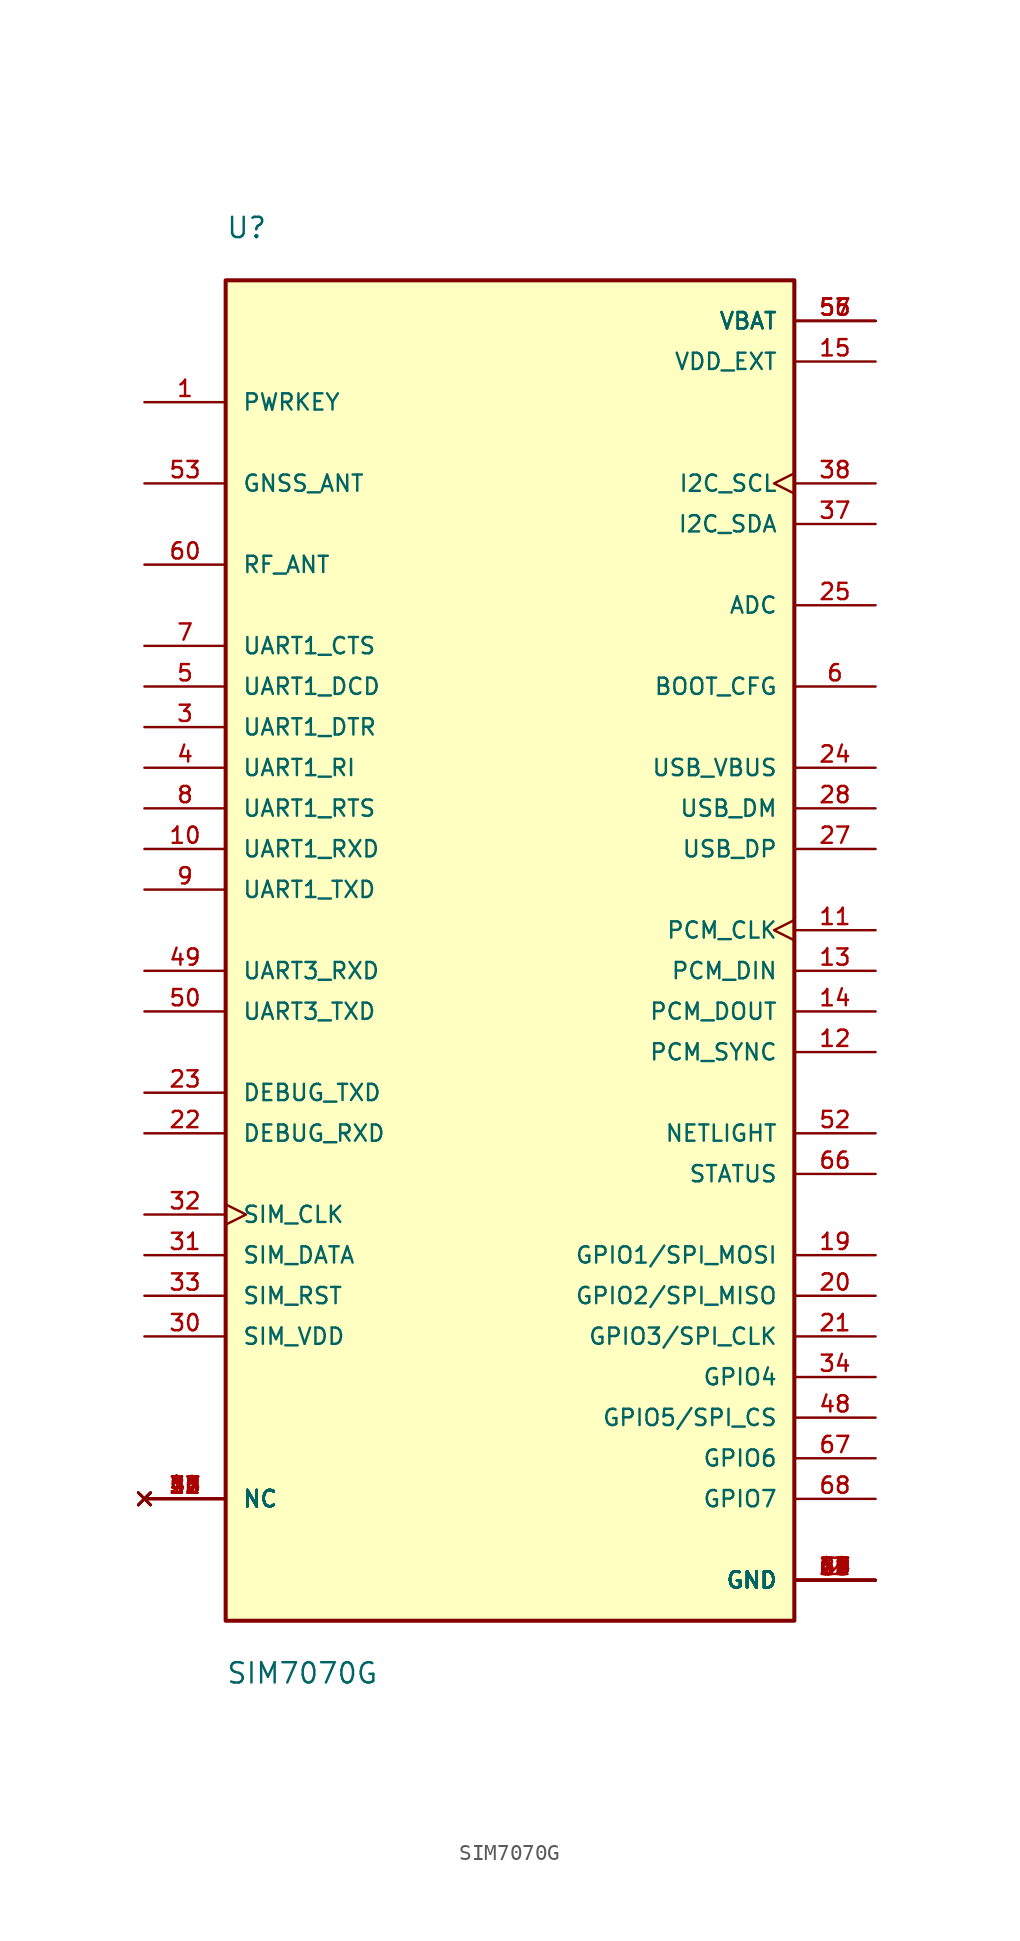
<source format=kicad_sym>
(kicad_symbol_lib
  (version 20211014)
  (generator kicad_symbol_editor)
  (symbol "SIM7070G"
    (pin_names
      (offset 1.016))
    (property "Reference" "U"
      (at -17.78 45.72 0)
      (effects (font (size 1.27 1.27)) (justify bottom left)))
    (property "Value" "SIM7070G"
      (at -17.78 -43.18 0)
      (effects (font (size 1.27 1.27)) (justify top left)))
    (symbol "SIM7070G_0_0"
      (rectangle (start -17.78 -40.64) (end 17.78 43.18) (stroke (width 0.254)) (fill (type background)))
      (pin input line (at -22.86 35.56 0) (length 5.08) (name "PWRKEY" (effects (font (size 1.016 1.016)))) (number "1" (effects (font (size 1.016 1.016)))))
      (pin output line (at -22.86 20.32 0) (length 5.08) (name "UART1_CTS" (effects (font (size 1.016 1.016)))) (number "7" (effects (font (size 1.016 1.016)))))
      (pin output line (at -22.86 17.78 0) (length 5.08) (name "UART1_DCD" (effects (font (size 1.016 1.016)))) (number "5" (effects (font (size 1.016 1.016)))))
      (pin input line (at -22.86 15.24 0) (length 5.08) (name "UART1_DTR" (effects (font (size 1.016 1.016)))) (number "3" (effects (font (size 1.016 1.016)))))
      (pin output line (at -22.86 12.7 0) (length 5.08) (name "UART1_RI" (effects (font (size 1.016 1.016)))) (number "4" (effects (font (size 1.016 1.016)))))
      (pin input line (at -22.86 10.16 0) (length 5.08) (name "UART1_RTS" (effects (font (size 1.016 1.016)))) (number "8" (effects (font (size 1.016 1.016)))))
      (pin input line (at -22.86 7.62 0) (length 5.08) (name "UART1_RXD" (effects (font (size 1.016 1.016)))) (number "10" (effects (font (size 1.016 1.016)))))
      (pin output line (at -22.86 5.08 0) (length 5.08) (name "UART1_TXD" (effects (font (size 1.016 1.016)))) (number "9" (effects (font (size 1.016 1.016)))))
      (pin input line (at -22.86 -10.16 0) (length 5.08) (name "DEBUG_RXD" (effects (font (size 1.016 1.016)))) (number "22" (effects (font (size 1.016 1.016)))))
      (pin output line (at -22.86 -7.62 0) (length 5.08) (name "DEBUG_TXD" (effects (font (size 1.016 1.016)))) (number "23" (effects (font (size 1.016 1.016)))))
      (pin input line (at -22.86 0.0 0) (length 5.08) (name "UART3_RXD" (effects (font (size 1.016 1.016)))) (number "49" (effects (font (size 1.016 1.016)))))
      (pin output line (at -22.86 -2.54 0) (length 5.08) (name "UART3_TXD" (effects (font (size 1.016 1.016)))) (number "50" (effects (font (size 1.016 1.016)))))
      (pin bidirectional line (at -22.86 25.4 0) (length 5.08) (name "RF_ANT" (effects (font (size 1.016 1.016)))) (number "60" (effects (font (size 1.016 1.016)))))
      (pin output clock (at -22.86 -15.24 0) (length 5.08) (name "SIM_CLK" (effects (font (size 1.016 1.016)))) (number "32" (effects (font (size 1.016 1.016)))))
      (pin bidirectional line (at -22.86 -17.78 0) (length 5.08) (name "SIM_DATA" (effects (font (size 1.016 1.016)))) (number "31" (effects (font (size 1.016 1.016)))))
      (pin output line (at -22.86 -20.32 0) (length 5.08) (name "SIM_RST" (effects (font (size 1.016 1.016)))) (number "33" (effects (font (size 1.016 1.016)))))
      (pin output line (at -22.86 -22.86 0) (length 5.08) (name "SIM_VDD" (effects (font (size 1.016 1.016)))) (number "30" (effects (font (size 1.016 1.016)))))
      (pin input line (at 22.86 22.86 180.0) (length 5.08) (name "ADC" (effects (font (size 1.016 1.016)))) (number "25" (effects (font (size 1.016 1.016)))))
      (pin bidirectional line (at 22.86 -17.78 180.0) (length 5.08) (name "GPIO1/SPI_MOSI" (effects (font (size 1.016 1.016)))) (number "19" (effects (font (size 1.016 1.016)))))
      (pin bidirectional line (at 22.86 -20.32 180.0) (length 5.08) (name "GPIO2/SPI_MISO" (effects (font (size 1.016 1.016)))) (number "20" (effects (font (size 1.016 1.016)))))
      (pin bidirectional line (at 22.86 -22.86 180.0) (length 5.08) (name "GPIO3/SPI_CLK" (effects (font (size 1.016 1.016)))) (number "21" (effects (font (size 1.016 1.016)))))
      (pin bidirectional line (at 22.86 -25.4 180.0) (length 5.08) (name "GPIO4" (effects (font (size 1.016 1.016)))) (number "34" (effects (font (size 1.016 1.016)))))
      (pin bidirectional line (at 22.86 -27.94 180.0) (length 5.08) (name "GPIO5/SPI_CS" (effects (font (size 1.016 1.016)))) (number "48" (effects (font (size 1.016 1.016)))))
      (pin output clock (at 22.86 30.48 180.0) (length 5.08) (name "I2C_SCL" (effects (font (size 1.016 1.016)))) (number "38" (effects (font (size 1.016 1.016)))))
      (pin bidirectional line (at 22.86 27.94 180.0) (length 5.08) (name "I2C_SDA" (effects (font (size 1.016 1.016)))) (number "37" (effects (font (size 1.016 1.016)))))
      (pin output clock (at 22.86 2.54 180.0) (length 5.08) (name "PCM_CLK" (effects (font (size 1.016 1.016)))) (number "11" (effects (font (size 1.016 1.016)))))
      (pin input line (at 22.86 0.0 180.0) (length 5.08) (name "PCM_DIN" (effects (font (size 1.016 1.016)))) (number "13" (effects (font (size 1.016 1.016)))))
      (pin output line (at 22.86 -2.54 180.0) (length 5.08) (name "PCM_DOUT" (effects (font (size 1.016 1.016)))) (number "14" (effects (font (size 1.016 1.016)))))
      (pin output line (at 22.86 -5.08 180.0) (length 5.08) (name "PCM_SYNC" (effects (font (size 1.016 1.016)))) (number "12" (effects (font (size 1.016 1.016)))))
      (pin input line (at 22.86 17.78 180.0) (length 5.08) (name "BOOT_CFG" (effects (font (size 1.016 1.016)))) (number "6" (effects (font (size 1.016 1.016)))))
      (pin power_in line (at 22.86 -38.1 180.0) (length 5.08) (name "GND" (effects (font (size 1.016 1.016)))) (number "2" (effects (font (size 1.016 1.016)))))
      (pin power_in line (at 22.86 -38.1 180.0) (length 5.08) (name "GND" (effects (font (size 1.016 1.016)))) (number "17" (effects (font (size 1.016 1.016)))))
      (pin power_in line (at 22.86 -38.1 180.0) (length 5.08) (name "GND" (effects (font (size 1.016 1.016)))) (number "18" (effects (font (size 1.016 1.016)))))
      (pin power_in line (at 22.86 -38.1 180.0) (length 5.08) (name "GND" (effects (font (size 1.016 1.016)))) (number "29" (effects (font (size 1.016 1.016)))))
      (pin power_in line (at 22.86 -38.1 180.0) (length 5.08) (name "GND" (effects (font (size 1.016 1.016)))) (number "39" (effects (font (size 1.016 1.016)))))
      (pin power_in line (at 22.86 -38.1 180.0) (length 5.08) (name "GND" (effects (font (size 1.016 1.016)))) (number "45" (effects (font (size 1.016 1.016)))))
      (pin power_in line (at 22.86 -38.1 180.0) (length 5.08) (name "GND" (effects (font (size 1.016 1.016)))) (number "46" (effects (font (size 1.016 1.016)))))
      (pin power_in line (at 22.86 -38.1 180.0) (length 5.08) (name "GND" (effects (font (size 1.016 1.016)))) (number "54" (effects (font (size 1.016 1.016)))))
      (pin power_in line (at 22.86 -38.1 180.0) (length 5.08) (name "GND" (effects (font (size 1.016 1.016)))) (number "58" (effects (font (size 1.016 1.016)))))
      (pin power_in line (at 22.86 -38.1 180.0) (length 5.08) (name "GND" (effects (font (size 1.016 1.016)))) (number "59" (effects (font (size 1.016 1.016)))))
      (pin power_in line (at 22.86 -38.1 180.0) (length 5.08) (name "GND" (effects (font (size 1.016 1.016)))) (number "61" (effects (font (size 1.016 1.016)))))
      (pin power_in line (at 22.86 -38.1 180.0) (length 5.08) (name "GND" (effects (font (size 1.016 1.016)))) (number "62" (effects (font (size 1.016 1.016)))))
      (pin power_in line (at 22.86 -38.1 180.0) (length 5.08) (name "GND" (effects (font (size 1.016 1.016)))) (number "63" (effects (font (size 1.016 1.016)))))
      (pin power_in line (at 22.86 -38.1 180.0) (length 5.08) (name "GND" (effects (font (size 1.016 1.016)))) (number "64" (effects (font (size 1.016 1.016)))))
      (pin power_in line (at 22.86 -38.1 180.0) (length 5.08) (name "GND" (effects (font (size 1.016 1.016)))) (number "65" (effects (font (size 1.016 1.016)))))
      (pin input line (at -22.86 30.48 0) (length 5.08) (name "GNSS_ANT" (effects (font (size 1.016 1.016)))) (number "53" (effects (font (size 1.016 1.016)))))
      (pin output line (at 22.86 -10.16 180.0) (length 5.08) (name "NETLIGHT" (effects (font (size 1.016 1.016)))) (number "52" (effects (font (size 1.016 1.016)))))
      (pin output line (at 22.86 -12.7 180.0) (length 5.08) (name "STATUS" (effects (font (size 1.016 1.016)))) (number "66" (effects (font (size 1.016 1.016)))))
      (pin bidirectional line (at 22.86 10.16 180.0) (length 5.08) (name "USB_DM" (effects (font (size 1.016 1.016)))) (number "28" (effects (font (size 1.016 1.016)))))
      (pin bidirectional line (at 22.86 7.62 180.0) (length 5.08) (name "USB_DP" (effects (font (size 1.016 1.016)))) (number "27" (effects (font (size 1.016 1.016)))))
      (pin input line (at 22.86 12.7 180.0) (length 5.08) (name "USB_VBUS" (effects (font (size 1.016 1.016)))) (number "24" (effects (font (size 1.016 1.016)))))
      (pin power_in line (at 22.86 40.64 180.0) (length 5.08) (name "VBAT" (effects (font (size 1.016 1.016)))) (number "55" (effects (font (size 1.016 1.016)))))
      (pin power_in line (at 22.86 40.64 180.0) (length 5.08) (name "VBAT" (effects (font (size 1.016 1.016)))) (number "56" (effects (font (size 1.016 1.016)))))
      (pin power_in line (at 22.86 40.64 180.0) (length 5.08) (name "VBAT" (effects (font (size 1.016 1.016)))) (number "57" (effects (font (size 1.016 1.016)))))
      (pin power_in line (at 22.86 38.1 180.0) (length 5.08) (name "VDD_EXT" (effects (font (size 1.016 1.016)))) (number "15" (effects (font (size 1.016 1.016)))))
      (pin bidirectional line (at 22.86 -30.48 180.0) (length 5.08) (name "GPIO6" (effects (font (size 1.016 1.016)))) (number "67" (effects (font (size 1.016 1.016)))))
      (pin bidirectional line (at 22.86 -33.02 180.0) (length 5.08) (name "GPIO7" (effects (font (size 1.016 1.016)))) (number "68" (effects (font (size 1.016 1.016)))))
      (pin no_connect line (at -22.86 -33.02 0) (length 5.08) (name "NC" (effects (font (size 1.016 1.016)))) (number "16" (effects (font (size 1.016 1.016)))))
      (pin no_connect line (at -22.86 -33.02 0) (length 5.08) (name "NC" (effects (font (size 1.016 1.016)))) (number "26" (effects (font (size 1.016 1.016)))))
      (pin no_connect line (at -22.86 -33.02 0) (length 5.08) (name "NC" (effects (font (size 1.016 1.016)))) (number "35" (effects (font (size 1.016 1.016)))))
      (pin no_connect line (at -22.86 -33.02 0) (length 5.08) (name "NC" (effects (font (size 1.016 1.016)))) (number "36" (effects (font (size 1.016 1.016)))))
      (pin no_connect line (at -22.86 -33.02 0) (length 5.08) (name "NC" (effects (font (size 1.016 1.016)))) (number "40" (effects (font (size 1.016 1.016)))))
      (pin no_connect line (at -22.86 -33.02 0) (length 5.08) (name "NC" (effects (font (size 1.016 1.016)))) (number "41" (effects (font (size 1.016 1.016)))))
      (pin no_connect line (at -22.86 -33.02 0) (length 5.08) (name "NC" (effects (font (size 1.016 1.016)))) (number "42" (effects (font (size 1.016 1.016)))))
      (pin no_connect line (at -22.86 -33.02 0) (length 5.08) (name "NC" (effects (font (size 1.016 1.016)))) (number "43" (effects (font (size 1.016 1.016)))))
      (pin no_connect line (at -22.86 -33.02 0) (length 5.08) (name "NC" (effects (font (size 1.016 1.016)))) (number "44" (effects (font (size 1.016 1.016)))))
      (pin no_connect line (at -22.86 -33.02 0) (length 5.08) (name "NC" (effects (font (size 1.016 1.016)))) (number "47" (effects (font (size 1.016 1.016)))))
      (pin no_connect line (at -22.86 -33.02 0) (length 5.08) (name "NC" (effects (font (size 1.016 1.016)))) (number "51" (effects (font (size 1.016 1.016))))))))
</source>
